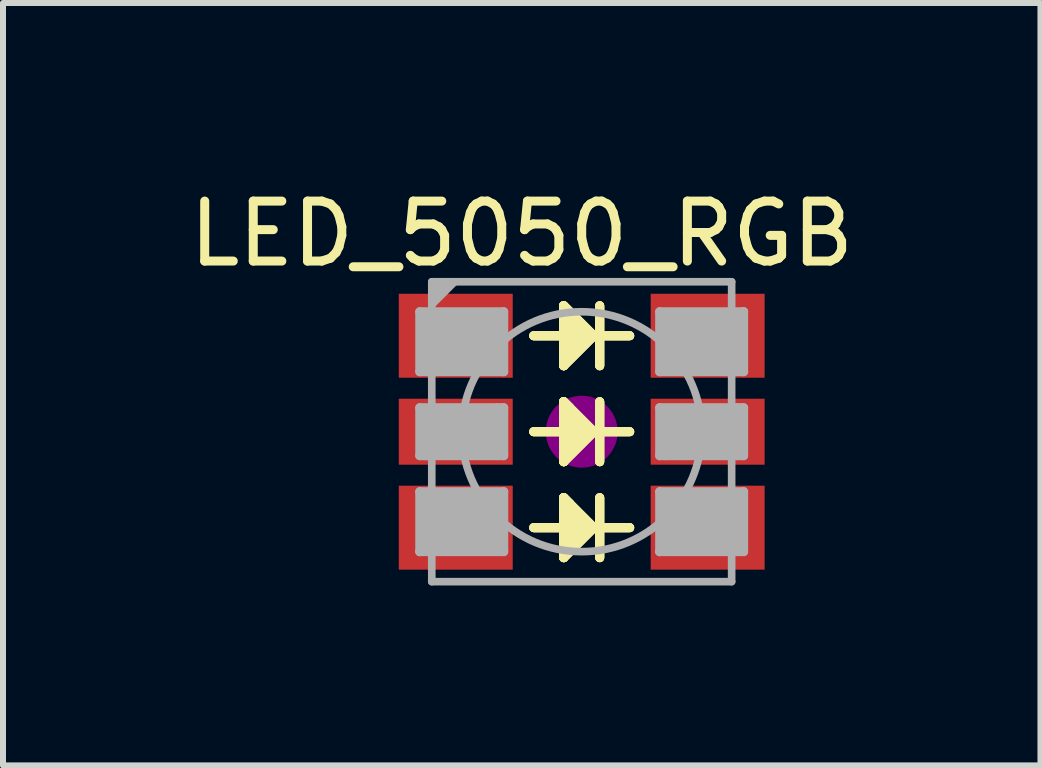
<source format=kicad_pcb>
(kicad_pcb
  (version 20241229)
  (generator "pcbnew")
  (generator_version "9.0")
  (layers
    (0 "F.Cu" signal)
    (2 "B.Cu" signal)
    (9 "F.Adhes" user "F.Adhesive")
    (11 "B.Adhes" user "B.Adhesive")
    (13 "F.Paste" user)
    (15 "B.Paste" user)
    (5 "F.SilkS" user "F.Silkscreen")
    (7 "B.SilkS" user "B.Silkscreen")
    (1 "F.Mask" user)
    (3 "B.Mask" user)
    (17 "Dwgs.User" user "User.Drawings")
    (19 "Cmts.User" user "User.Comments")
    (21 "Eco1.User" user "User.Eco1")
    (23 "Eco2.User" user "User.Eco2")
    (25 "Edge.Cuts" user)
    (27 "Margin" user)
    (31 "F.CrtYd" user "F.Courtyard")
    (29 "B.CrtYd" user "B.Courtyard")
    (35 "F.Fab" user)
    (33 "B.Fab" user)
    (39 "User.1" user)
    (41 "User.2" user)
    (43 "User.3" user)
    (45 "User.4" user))
  (footprint "LED_5050_RGB"
    (layer "F.Cu")
    (at 6.649 4.148)
    (property "Reference" "LED_5050_RGB" (at -1 -3.3 0) (layer "F.SilkS") (effects (font (size 1 1) (thickness 0.15))))
    (attr through_hole)
    (fp_line (start -0.8 -1.6) (end 0.8 -1.6) (stroke (width 0.15) (type solid)) (layer "F.SilkS"))
    (fp_line (start -0.8 -1.6) (end 0.8 -1.6) (stroke (width 0.15) (type solid)) (layer "F.SilkS"))
    (fp_line (start -0.8 -1.6) (end 0.8 -1.6) (stroke (width 0.15) (type solid)) (layer "F.SilkS"))
    (fp_line (start -0.8 -1.6) (end 0.8 -1.6) (stroke (width 0.15) (type solid)) (layer "F.SilkS"))
    (fp_line (start -0.8 0) (end 0.8 0) (stroke (width 0.15) (type solid)) (layer "F.SilkS"))
    (fp_line (start -0.8 0) (end 0.8 0) (stroke (width 0.15) (type solid)) (layer "F.SilkS"))
    (fp_line (start -0.8 0) (end 0.8 0) (stroke (width 0.15) (type solid)) (layer "F.SilkS"))
    (fp_line (start -0.8 0) (end 0.8 0) (stroke (width 0.15) (type solid)) (layer "F.SilkS"))
    (fp_line (start -0.8 1.6) (end 0.8 1.6) (stroke (width 0.15) (type solid)) (layer "F.SilkS"))
    (fp_line (start -0.8 1.6) (end 0.8 1.6) (stroke (width 0.15) (type solid)) (layer "F.SilkS"))
    (fp_line (start -0.8 1.6) (end 0.8 1.6) (stroke (width 0.15) (type solid)) (layer "F.SilkS"))
    (fp_line (start -0.8 1.6) (end 0.8 1.6) (stroke (width 0.15) (type solid)) (layer "F.SilkS"))
    (fp_line (start -0.3 -2.1) (end -0.2 -2) (stroke (width 0.15) (type solid)) (layer "F.SilkS"))
    (fp_line (start -0.3 -2.1) (end -0.2 -2) (stroke (width 0.15) (type solid)) (layer "F.SilkS"))
    (fp_line (start -0.3 -2.1) (end -0.2 -2) (stroke (width 0.15) (type solid)) (layer "F.SilkS"))
    (fp_line (start -0.3 -2.1) (end -0.2 -2) (stroke (width 0.15) (type solid)) (layer "F.SilkS"))
    (fp_line (start -0.3 -2.1) (end 0.2 -1.6) (stroke (width 0.15) (type solid)) (layer "F.SilkS"))
    (fp_line (start -0.3 -2.1) (end 0.2 -1.6) (stroke (width 0.15) (type solid)) (layer "F.SilkS"))
    (fp_line (start -0.3 -2.1) (end 0.2 -1.6) (stroke (width 0.15) (type solid)) (layer "F.SilkS"))
    (fp_line (start -0.3 -2.1) (end 0.2 -1.6) (stroke (width 0.15) (type solid)) (layer "F.SilkS"))
    (fp_line (start -0.3 -1.1) (end -0.3 -2.1) (stroke (width 0.15) (type solid)) (layer "F.SilkS"))
    (fp_line (start -0.3 -1.1) (end -0.3 -2.1) (stroke (width 0.15) (type solid)) (layer "F.SilkS"))
    (fp_line (start -0.3 -1.1) (end -0.3 -2.1) (stroke (width 0.15) (type solid)) (layer "F.SilkS"))
    (fp_line (start -0.3 -1.1) (end -0.3 -2.1) (stroke (width 0.15) (type solid)) (layer "F.SilkS"))
    (fp_line (start -0.3 -0.5) (end -0.2 -0.4) (stroke (width 0.15) (type solid)) (layer "F.SilkS"))
    (fp_line (start -0.3 -0.5) (end -0.2 -0.4) (stroke (width 0.15) (type solid)) (layer "F.SilkS"))
    (fp_line (start -0.3 -0.5) (end -0.2 -0.4) (stroke (width 0.15) (type solid)) (layer "F.SilkS"))
    (fp_line (start -0.3 -0.5) (end -0.2 -0.4) (stroke (width 0.15) (type solid)) (layer "F.SilkS"))
    (fp_line (start -0.3 -0.5) (end 0.2 0) (stroke (width 0.15) (type solid)) (layer "F.SilkS"))
    (fp_line (start -0.3 -0.5) (end 0.2 0) (stroke (width 0.15) (type solid)) (layer "F.SilkS"))
    (fp_line (start -0.3 -0.5) (end 0.2 0) (stroke (width 0.15) (type solid)) (layer "F.SilkS"))
    (fp_line (start -0.3 -0.5) (end 0.2 0) (stroke (width 0.15) (type solid)) (layer "F.SilkS"))
    (fp_line (start -0.3 0.5) (end -0.3 -0.5) (stroke (width 0.15) (type solid)) (layer "F.SilkS"))
    (fp_line (start -0.3 0.5) (end -0.3 -0.5) (stroke (width 0.15) (type solid)) (layer "F.SilkS"))
    (fp_line (start -0.3 0.5) (end -0.3 -0.5) (stroke (width 0.15) (type solid)) (layer "F.SilkS"))
    (fp_line (start -0.3 0.5) (end -0.3 -0.5) (stroke (width 0.15) (type solid)) (layer "F.SilkS"))
    (fp_line (start -0.3 1.1) (end -0.2 1.2) (stroke (width 0.15) (type solid)) (layer "F.SilkS"))
    (fp_line (start -0.3 1.1) (end -0.2 1.2) (stroke (width 0.15) (type solid)) (layer "F.SilkS"))
    (fp_line (start -0.3 1.1) (end -0.2 1.2) (stroke (width 0.15) (type solid)) (layer "F.SilkS"))
    (fp_line (start -0.3 1.1) (end -0.2 1.2) (stroke (width 0.15) (type solid)) (layer "F.SilkS"))
    (fp_line (start -0.3 1.1) (end 0.2 1.6) (stroke (width 0.15) (type solid)) (layer "F.SilkS"))
    (fp_line (start -0.3 1.1) (end 0.2 1.6) (stroke (width 0.15) (type solid)) (layer "F.SilkS"))
    (fp_line (start -0.3 1.1) (end 0.2 1.6) (stroke (width 0.15) (type solid)) (layer "F.SilkS"))
    (fp_line (start -0.3 1.1) (end 0.2 1.6) (stroke (width 0.15) (type solid)) (layer "F.SilkS"))
    (fp_line (start -0.3 2.1) (end -0.3 1.1) (stroke (width 0.15) (type solid)) (layer "F.SilkS"))
    (fp_line (start -0.3 2.1) (end -0.3 1.1) (stroke (width 0.15) (type solid)) (layer "F.SilkS"))
    (fp_line (start -0.3 2.1) (end -0.3 1.1) (stroke (width 0.15) (type solid)) (layer "F.SilkS"))
    (fp_line (start -0.3 2.1) (end -0.3 1.1) (stroke (width 0.15) (type solid)) (layer "F.SilkS"))
    (fp_line (start -0.2 -2) (end -0.2 -1.3) (stroke (width 0.15) (type solid)) (layer "F.SilkS"))
    (fp_line (start -0.2 -2) (end -0.2 -1.3) (stroke (width 0.15) (type solid)) (layer "F.SilkS"))
    (fp_line (start -0.2 -2) (end -0.2 -1.3) (stroke (width 0.15) (type solid)) (layer "F.SilkS"))
    (fp_line (start -0.2 -2) (end -0.2 -1.3) (stroke (width 0.15) (type solid)) (layer "F.SilkS"))
    (fp_line (start -0.2 -1.3) (end -0.1 -1.4) (stroke (width 0.15) (type solid)) (layer "F.SilkS"))
    (fp_line (start -0.2 -1.3) (end -0.1 -1.4) (stroke (width 0.15) (type solid)) (layer "F.SilkS"))
    (fp_line (start -0.2 -1.3) (end -0.1 -1.4) (stroke (width 0.15) (type solid)) (layer "F.SilkS"))
    (fp_line (start -0.2 -1.3) (end -0.1 -1.4) (stroke (width 0.15) (type solid)) (layer "F.SilkS"))
    (fp_line (start -0.2 -0.4) (end -0.2 0.3) (stroke (width 0.15) (type solid)) (layer "F.SilkS"))
    (fp_line (start -0.2 -0.4) (end -0.2 0.3) (stroke (width 0.15) (type solid)) (layer "F.SilkS"))
    (fp_line (start -0.2 -0.4) (end -0.2 0.3) (stroke (width 0.15) (type solid)) (layer "F.SilkS"))
    (fp_line (start -0.2 -0.4) (end -0.2 0.3) (stroke (width 0.15) (type solid)) (layer "F.SilkS"))
    (fp_line (start -0.2 0.3) (end -0.1 0.2) (stroke (width 0.15) (type solid)) (layer "F.SilkS"))
    (fp_line (start -0.2 0.3) (end -0.1 0.2) (stroke (width 0.15) (type solid)) (layer "F.SilkS"))
    (fp_line (start -0.2 0.3) (end -0.1 0.2) (stroke (width 0.15) (type solid)) (layer "F.SilkS"))
    (fp_line (start -0.2 0.3) (end -0.1 0.2) (stroke (width 0.15) (type solid)) (layer "F.SilkS"))
    (fp_line (start -0.2 1.2) (end -0.2 1.9) (stroke (width 0.15) (type solid)) (layer "F.SilkS"))
    (fp_line (start -0.2 1.2) (end -0.2 1.9) (stroke (width 0.15) (type solid)) (layer "F.SilkS"))
    (fp_line (start -0.2 1.2) (end -0.2 1.9) (stroke (width 0.15) (type solid)) (layer "F.SilkS"))
    (fp_line (start -0.2 1.2) (end -0.2 1.9) (stroke (width 0.15) (type solid)) (layer "F.SilkS"))
    (fp_line (start -0.2 1.9) (end -0.1 1.8) (stroke (width 0.15) (type solid)) (layer "F.SilkS"))
    (fp_line (start -0.2 1.9) (end -0.1 1.8) (stroke (width 0.15) (type solid)) (layer "F.SilkS"))
    (fp_line (start -0.2 1.9) (end -0.1 1.8) (stroke (width 0.15) (type solid)) (layer "F.SilkS"))
    (fp_line (start -0.2 1.9) (end -0.1 1.8) (stroke (width 0.15) (type solid)) (layer "F.SilkS"))
    (fp_line (start -0.1 -1.8) (end 0 -1.7) (stroke (width 0.15) (type solid)) (layer "F.SilkS"))
    (fp_line (start -0.1 -1.8) (end 0 -1.7) (stroke (width 0.15) (type solid)) (layer "F.SilkS"))
    (fp_line (start -0.1 -1.8) (end 0 -1.7) (stroke (width 0.15) (type solid)) (layer "F.SilkS"))
    (fp_line (start -0.1 -1.8) (end 0 -1.7) (stroke (width 0.15) (type solid)) (layer "F.SilkS"))
    (fp_line (start -0.1 -1.4) (end -0.1 -1.8) (stroke (width 0.15) (type solid)) (layer "F.SilkS"))
    (fp_line (start -0.1 -1.4) (end -0.1 -1.8) (stroke (width 0.15) (type solid)) (layer "F.SilkS"))
    (fp_line (start -0.1 -1.4) (end -0.1 -1.8) (stroke (width 0.15) (type solid)) (layer "F.SilkS"))
    (fp_line (start -0.1 -1.4) (end -0.1 -1.8) (stroke (width 0.15) (type solid)) (layer "F.SilkS"))
    (fp_line (start -0.1 -0.2) (end 0 -0.1) (stroke (width 0.15) (type solid)) (layer "F.SilkS"))
    (fp_line (start -0.1 -0.2) (end 0 -0.1) (stroke (width 0.15) (type solid)) (layer "F.SilkS"))
    (fp_line (start -0.1 -0.2) (end 0 -0.1) (stroke (width 0.15) (type solid)) (layer "F.SilkS"))
    (fp_line (start -0.1 -0.2) (end 0 -0.1) (stroke (width 0.15) (type solid)) (layer "F.SilkS"))
    (fp_line (start -0.1 0.2) (end -0.1 -0.2) (stroke (width 0.15) (type solid)) (layer "F.SilkS"))
    (fp_line (start -0.1 0.2) (end -0.1 -0.2) (stroke (width 0.15) (type solid)) (layer "F.SilkS"))
    (fp_line (start -0.1 0.2) (end -0.1 -0.2) (stroke (width 0.15) (type solid)) (layer "F.SilkS"))
    (fp_line (start -0.1 0.2) (end -0.1 -0.2) (stroke (width 0.15) (type solid)) (layer "F.SilkS"))
    (fp_line (start -0.1 1.4) (end 0 1.5) (stroke (width 0.15) (type solid)) (layer "F.SilkS"))
    (fp_line (start -0.1 1.4) (end 0 1.5) (stroke (width 0.15) (type solid)) (layer "F.SilkS"))
    (fp_line (start -0.1 1.4) (end 0 1.5) (stroke (width 0.15) (type solid)) (layer "F.SilkS"))
    (fp_line (start -0.1 1.4) (end 0 1.5) (stroke (width 0.15) (type solid)) (layer "F.SilkS"))
    (fp_line (start -0.1 1.8) (end -0.1 1.4) (stroke (width 0.15) (type solid)) (layer "F.SilkS"))
    (fp_line (start -0.1 1.8) (end -0.1 1.4) (stroke (width 0.15) (type solid)) (layer "F.SilkS"))
    (fp_line (start -0.1 1.8) (end -0.1 1.4) (stroke (width 0.15) (type solid)) (layer "F.SilkS"))
    (fp_line (start -0.1 1.8) (end -0.1 1.4) (stroke (width 0.15) (type solid)) (layer "F.SilkS"))
    (fp_line (start 0 -1.7) (end 0 -1.5) (stroke (width 0.15) (type solid)) (layer "F.SilkS"))
    (fp_line (start 0 -1.7) (end 0 -1.5) (stroke (width 0.15) (type solid)) (layer "F.SilkS"))
    (fp_line (start 0 -1.7) (end 0 -1.5) (stroke (width 0.15) (type solid)) (layer "F.SilkS"))
    (fp_line (start 0 -1.7) (end 0 -1.5) (stroke (width 0.15) (type solid)) (layer "F.SilkS"))
    (fp_line (start 0 -0.1) (end 0 0.1) (stroke (width 0.15) (type solid)) (layer "F.SilkS"))
    (fp_line (start 0 -0.1) (end 0 0.1) (stroke (width 0.15) (type solid)) (layer "F.SilkS"))
    (fp_line (start 0 -0.1) (end 0 0.1) (stroke (width 0.15) (type solid)) (layer "F.SilkS"))
    (fp_line (start 0 -0.1) (end 0 0.1) (stroke (width 0.15) (type solid)) (layer "F.SilkS"))
    (fp_line (start 0 1.5) (end 0 1.7) (stroke (width 0.15) (type solid)) (layer "F.SilkS"))
    (fp_line (start 0 1.5) (end 0 1.7) (stroke (width 0.15) (type solid)) (layer "F.SilkS"))
    (fp_line (start 0 1.5) (end 0 1.7) (stroke (width 0.15) (type solid)) (layer "F.SilkS"))
    (fp_line (start 0 1.5) (end 0 1.7) (stroke (width 0.15) (type solid)) (layer "F.SilkS"))
    (fp_line (start 0.2 -1.6) (end -0.3 -1.1) (stroke (width 0.15) (type solid)) (layer "F.SilkS"))
    (fp_line (start 0.2 -1.6) (end -0.3 -1.1) (stroke (width 0.15) (type solid)) (layer "F.SilkS"))
    (fp_line (start 0.2 -1.6) (end -0.3 -1.1) (stroke (width 0.15) (type solid)) (layer "F.SilkS"))
    (fp_line (start 0.2 -1.6) (end -0.3 -1.1) (stroke (width 0.15) (type solid)) (layer "F.SilkS"))
    (fp_line (start 0.2 0) (end -0.3 0.5) (stroke (width 0.15) (type solid)) (layer "F.SilkS"))
    (fp_line (start 0.2 0) (end -0.3 0.5) (stroke (width 0.15) (type solid)) (layer "F.SilkS"))
    (fp_line (start 0.2 0) (end -0.3 0.5) (stroke (width 0.15) (type solid)) (layer "F.SilkS"))
    (fp_line (start 0.2 0) (end -0.3 0.5) (stroke (width 0.15) (type solid)) (layer "F.SilkS"))
    (fp_line (start 0.2 1.6) (end -0.3 2.1) (stroke (width 0.15) (type solid)) (layer "F.SilkS"))
    (fp_line (start 0.2 1.6) (end -0.3 2.1) (stroke (width 0.15) (type solid)) (layer "F.SilkS"))
    (fp_line (start 0.2 1.6) (end -0.3 2.1) (stroke (width 0.15) (type solid)) (layer "F.SilkS"))
    (fp_line (start 0.2 1.6) (end -0.3 2.1) (stroke (width 0.15) (type solid)) (layer "F.SilkS"))
    (fp_line (start 0.3 -2.1) (end 0.3 -1.1) (stroke (width 0.15) (type solid)) (layer "F.SilkS"))
    (fp_line (start 0.3 -2.1) (end 0.3 -1.1) (stroke (width 0.15) (type solid)) (layer "F.SilkS"))
    (fp_line (start 0.3 -2.1) (end 0.3 -1.1) (stroke (width 0.15) (type solid)) (layer "F.SilkS"))
    (fp_line (start 0.3 -2.1) (end 0.3 -1.1) (stroke (width 0.15) (type solid)) (layer "F.SilkS"))
    (fp_line (start 0.3 -0.5) (end 0.3 0.5) (stroke (width 0.15) (type solid)) (layer "F.SilkS"))
    (fp_line (start 0.3 -0.5) (end 0.3 0.5) (stroke (width 0.15) (type solid)) (layer "F.SilkS"))
    (fp_line (start 0.3 -0.5) (end 0.3 0.5) (stroke (width 0.15) (type solid)) (layer "F.SilkS"))
    (fp_line (start 0.3 -0.5) (end 0.3 0.5) (stroke (width 0.15) (type solid)) (layer "F.SilkS"))
    (fp_line (start 0.3 1.1) (end 0.3 2.1) (stroke (width 0.15) (type solid)) (layer "F.SilkS"))
    (fp_line (start 0.3 1.1) (end 0.3 2.1) (stroke (width 0.15) (type solid)) (layer "F.SilkS"))
    (fp_line (start 0.3 1.1) (end 0.3 2.1) (stroke (width 0.15) (type solid)) (layer "F.SilkS"))
    (fp_line (start 0.3 1.1) (end 0.3 2.1) (stroke (width 0.15) (type solid)) (layer "F.SilkS"))
    (fp_circle (center 0 0) (end 0.3 0) (stroke (width 0.6) (type solid)) (fill no) (layer "F.Adhes"))
    (fp_line (start -2.7 -2) (end -1.3 -2) (stroke (width 0.15) (type solid)) (layer "F.Fab"))
    (fp_line (start -2.7 -1) (end -2.7 -2) (stroke (width 0.15) (type solid)) (layer "F.Fab"))
    (fp_line (start -2.7 -0.4) (end -1.3 -0.4) (stroke (width 0.15) (type solid)) (layer "F.Fab"))
    (fp_line (start -2.7 0.4) (end -2.7 -0.4) (stroke (width 0.15) (type solid)) (layer "F.Fab"))
    (fp_line (start -2.7 1) (end -1.3 1) (stroke (width 0.15) (type solid)) (layer "F.Fab"))
    (fp_line (start -2.7 2) (end -2.7 1) (stroke (width 0.15) (type solid)) (layer "F.Fab"))
    (fp_line (start -2.7 2) (end -2.6 1.9) (stroke (width 0.15) (type solid)) (layer "F.Fab"))
    (fp_line (start -2.6 -1.9) (end -1.4 -1.9) (stroke (width 0.15) (type solid)) (layer "F.Fab"))
    (fp_line (start -2.6 -1.1) (end -2.6 -1.9) (stroke (width 0.15) (type solid)) (layer "F.Fab"))
    (fp_line (start -2.6 -0.3) (end -1.5 -0.3) (stroke (width 0.15) (type solid)) (layer "F.Fab"))
    (fp_line (start -2.6 0.4) (end -2.6 -0.3) (stroke (width 0.15) (type solid)) (layer "F.Fab"))
    (fp_line (start -2.6 1.1) (end -1.4 1.1) (stroke (width 0.15) (type solid)) (layer "F.Fab"))
    (fp_line (start -2.6 1.9) (end -2.6 1.1) (stroke (width 0.15) (type solid)) (layer "F.Fab"))
    (fp_line (start -2.5 -2.5) (end 2.5 -2.5) (stroke (width 0.127) (type solid)) (layer "F.Fab"))
    (fp_line (start -2.5 -2.4) (end -2.4 -2.5) (stroke (width 0.1) (type solid)) (layer "F.Fab"))
    (fp_line (start -2.5 -2.3) (end -2.5 -2.2) (stroke (width 0.1) (type solid)) (layer "F.Fab"))
    (fp_line (start -2.5 -2.2) (end -2.2 -2.5) (stroke (width 0.1) (type solid)) (layer "F.Fab"))
    (fp_line (start -2.5 2.5) (end -2.5 -2.5) (stroke (width 0.127) (type solid)) (layer "F.Fab"))
    (fp_line (start -2.4 -2.5) (end -2.3 -2.5) (stroke (width 0.1) (type solid)) (layer "F.Fab"))
    (fp_line (start -2.4 -1.8) (end -1.5 -1.8) (stroke (width 0.15) (type solid)) (layer "F.Fab"))
    (fp_line (start -2.4 -1.2) (end -2.4 -1.8) (stroke (width 0.15) (type solid)) (layer "F.Fab"))
    (fp_line (start -2.4 -0.2) (end -1.6 -0.2) (stroke (width 0.15) (type solid)) (layer "F.Fab"))
    (fp_line (start -2.4 0.3) (end -2.4 -0.2) (stroke (width 0.15) (type solid)) (layer "F.Fab"))
    (fp_line (start -2.4 1.2) (end -1.5 1.2) (stroke (width 0.15) (type solid)) (layer "F.Fab"))
    (fp_line (start -2.4 1.9) (end -2.4 1.2) (stroke (width 0.15) (type solid)) (layer "F.Fab"))
    (fp_line (start -2.3 -2.5) (end -2.5 -2.3) (stroke (width 0.1) (type solid)) (layer "F.Fab"))
    (fp_line (start -2.3 -1.7) (end -1.6 -1.7) (stroke (width 0.15) (type solid)) (layer "F.Fab"))
    (fp_line (start -2.3 -1.6) (end -1.7 -1.6) (stroke (width 0.15) (type solid)) (layer "F.Fab"))
    (fp_line (start -2.3 -1.3) (end -2.3 -1.6) (stroke (width 0.15) (type solid)) (layer "F.Fab"))
    (fp_line (start -2.3 -0.1) (end -1.7 -0.1) (stroke (width 0.15) (type solid)) (layer "F.Fab"))
    (fp_line (start -2.3 0.2) (end -2.3 -0.1) (stroke (width 0.15) (type solid)) (layer "F.Fab"))
    (fp_line (start -2.3 1.3) (end -1.6 1.3) (stroke (width 0.15) (type solid)) (layer "F.Fab"))
    (fp_line (start -2.3 1.8) (end -2.3 1.3) (stroke (width 0.15) (type solid)) (layer "F.Fab"))
    (fp_line (start -2.2 -2.5) (end -2.1 -2.5) (stroke (width 0.1) (type solid)) (layer "F.Fab"))
    (fp_line (start -2.2 -1.5) (end -1.8 -1.5) (stroke (width 0.15) (type solid)) (layer "F.Fab"))
    (fp_line (start -2.2 -1.4) (end -2.2 -1.5) (stroke (width 0.15) (type solid)) (layer "F.Fab"))
    (fp_line (start -2.2 0) (end -1.8 0) (stroke (width 0.15) (type solid)) (layer "F.Fab"))
    (fp_line (start -2.2 0.1) (end -2.2 0) (stroke (width 0.15) (type solid)) (layer "F.Fab"))
    (fp_line (start -2.2 1.4) (end -1.7 1.4) (stroke (width 0.15) (type solid)) (layer "F.Fab"))
    (fp_line (start -2.2 1.7) (end -2.2 1.4) (stroke (width 0.15) (type solid)) (layer "F.Fab"))
    (fp_line (start -2.1 -2.5) (end -2.5 -2.1) (stroke (width 0.1) (type solid)) (layer "F.Fab"))
    (fp_line (start -2.1 1.5) (end -1.8 1.5) (stroke (width 0.15) (type solid)) (layer "F.Fab"))
    (fp_line (start -2.1 1.6) (end -2.1 1.5) (stroke (width 0.15) (type solid)) (layer "F.Fab"))
    (fp_line (start -1.7 -1.6) (end -1.7 -1.4) (stroke (width 0.15) (type solid)) (layer "F.Fab"))
    (fp_line (start -1.7 -1.4) (end -2.2 -1.4) (stroke (width 0.15) (type solid)) (layer "F.Fab"))
    (fp_line (start -1.7 -0.1) (end -1.7 0.1) (stroke (width 0.15) (type solid)) (layer "F.Fab"))
    (fp_line (start -1.7 0.1) (end -2.2 0.1) (stroke (width 0.15) (type solid)) (layer "F.Fab"))
    (fp_line (start -1.7 1.4) (end -1.7 1.6) (stroke (width 0.15) (type solid)) (layer "F.Fab"))
    (fp_line (start -1.7 1.6) (end -2.1 1.6) (stroke (width 0.15) (type solid)) (layer "F.Fab"))
    (fp_line (start -1.6 -1.7) (end -1.6 -1.3) (stroke (width 0.15) (type solid)) (layer "F.Fab"))
    (fp_line (start -1.6 -1.3) (end -2.3 -1.3) (stroke (width 0.15) (type solid)) (layer "F.Fab"))
    (fp_line (start -1.6 -0.2) (end -1.6 0.2) (stroke (width 0.15) (type solid)) (layer "F.Fab"))
    (fp_line (start -1.6 0.2) (end -2.3 0.2) (stroke (width 0.15) (type solid)) (layer "F.Fab"))
    (fp_line (start -1.6 1.3) (end -1.6 1.7) (stroke (width 0.15) (type solid)) (layer "F.Fab"))
    (fp_line (start -1.6 1.7) (end -2.2 1.7) (stroke (width 0.15) (type solid)) (layer "F.Fab"))
    (fp_line (start -1.5 -1.8) (end -1.5 -1.2) (stroke (width 0.15) (type solid)) (layer "F.Fab"))
    (fp_line (start -1.5 -1.2) (end -2.4 -1.2) (stroke (width 0.15) (type solid)) (layer "F.Fab"))
    (fp_line (start -1.5 -0.3) (end -1.5 0.3) (stroke (width 0.15) (type solid)) (layer "F.Fab"))
    (fp_line (start -1.5 0.3) (end -2.4 0.3) (stroke (width 0.15) (type solid)) (layer "F.Fab"))
    (fp_line (start -1.5 1.2) (end -1.5 1.8) (stroke (width 0.15) (type solid)) (layer "F.Fab"))
    (fp_line (start -1.5 1.8) (end -2.3 1.8) (stroke (width 0.15) (type solid)) (layer "F.Fab"))
    (fp_line (start -1.4 -1.9) (end -1.4 -1.1) (stroke (width 0.15) (type solid)) (layer "F.Fab"))
    (fp_line (start -1.4 -1.1) (end -2.6 -1.1) (stroke (width 0.15) (type solid)) (layer "F.Fab"))
    (fp_line (start -1.4 -0.4) (end -1.4 0.4) (stroke (width 0.15) (type solid)) (layer "F.Fab"))
    (fp_line (start -1.4 1.1) (end -1.4 1.9) (stroke (width 0.15) (type solid)) (layer "F.Fab"))
    (fp_line (start -1.4 1.9) (end -2.4 1.9) (stroke (width 0.15) (type solid)) (layer "F.Fab"))
    (fp_line (start -1.3 -2) (end -1.3 -1) (stroke (width 0.15) (type solid)) (layer "F.Fab"))
    (fp_line (start -1.3 -1) (end -2.7 -1) (stroke (width 0.15) (type solid)) (layer "F.Fab"))
    (fp_line (start -1.3 -0.4) (end -1.3 0.4) (stroke (width 0.15) (type solid)) (layer "F.Fab"))
    (fp_line (start -1.3 0.4) (end -2.7 0.4) (stroke (width 0.15) (type solid)) (layer "F.Fab"))
    (fp_line (start -1.3 1) (end -1.3 2) (stroke (width 0.15) (type solid)) (layer "F.Fab"))
    (fp_line (start -1.3 2) (end -2.7 2) (stroke (width 0.15) (type solid)) (layer "F.Fab"))
    (fp_line (start 1.3 -2) (end 1.3 -1) (stroke (width 0.15) (type solid)) (layer "F.Fab"))
    (fp_line (start 1.3 -1) (end 2.7 -1) (stroke (width 0.15) (type solid)) (layer "F.Fab"))
    (fp_line (start 1.3 -0.4) (end 2.7 -0.4) (stroke (width 0.15) (type solid)) (layer "F.Fab"))
    (fp_line (start 1.3 0.4) (end 1.3 -0.4) (stroke (width 0.15) (type solid)) (layer "F.Fab"))
    (fp_line (start 1.3 1) (end 2.7 1) (stroke (width 0.15) (type solid)) (layer "F.Fab"))
    (fp_line (start 1.3 2) (end 1.3 1) (stroke (width 0.15) (type solid)) (layer "F.Fab"))
    (fp_line (start 1.3 2) (end 1.4 1.9) (stroke (width 0.15) (type solid)) (layer "F.Fab"))
    (fp_line (start 1.4 -1.9) (end 1.4 -1.1) (stroke (width 0.15) (type solid)) (layer "F.Fab"))
    (fp_line (start 1.4 -1.1) (end 2.6 -1.1) (stroke (width 0.15) (type solid)) (layer "F.Fab"))
    (fp_line (start 1.4 -0.3) (end 2.4 -0.3) (stroke (width 0.15) (type solid)) (layer "F.Fab"))
    (fp_line (start 1.4 0.4) (end 1.4 -0.3) (stroke (width 0.15) (type solid)) (layer "F.Fab"))
    (fp_line (start 1.4 1.1) (end 2.6 1.1) (stroke (width 0.15) (type solid)) (layer "F.Fab"))
    (fp_line (start 1.4 1.9) (end 1.4 1.1) (stroke (width 0.15) (type solid)) (layer "F.Fab"))
    (fp_line (start 1.5 -1.8) (end 1.5 -1.2) (stroke (width 0.15) (type solid)) (layer "F.Fab"))
    (fp_line (start 1.5 -1.2) (end 2.4 -1.2) (stroke (width 0.15) (type solid)) (layer "F.Fab"))
    (fp_line (start 1.5 -0.2) (end 2.3 -0.2) (stroke (width 0.15) (type solid)) (layer "F.Fab"))
    (fp_line (start 1.5 0.3) (end 1.5 -0.2) (stroke (width 0.15) (type solid)) (layer "F.Fab"))
    (fp_line (start 1.5 1.2) (end 2.4 1.2) (stroke (width 0.15) (type solid)) (layer "F.Fab"))
    (fp_line (start 1.5 1.9) (end 1.5 1.2) (stroke (width 0.15) (type solid)) (layer "F.Fab"))
    (fp_line (start 1.6 -1.7) (end 1.6 -1.3) (stroke (width 0.15) (type solid)) (layer "F.Fab"))
    (fp_line (start 1.6 -1.3) (end 2.3 -1.3) (stroke (width 0.15) (type solid)) (layer "F.Fab"))
    (fp_line (start 1.6 -0.1) (end 2.2 -0.1) (stroke (width 0.15) (type solid)) (layer "F.Fab"))
    (fp_line (start 1.6 0.2) (end 1.6 -0.1) (stroke (width 0.15) (type solid)) (layer "F.Fab"))
    (fp_line (start 1.6 1.3) (end 2.3 1.3) (stroke (width 0.15) (type solid)) (layer "F.Fab"))
    (fp_line (start 1.6 1.8) (end 1.6 1.3) (stroke (width 0.15) (type solid)) (layer "F.Fab"))
    (fp_line (start 1.7 -1.6) (end 1.7 -1.4) (stroke (width 0.15) (type solid)) (layer "F.Fab"))
    (fp_line (start 1.7 -1.4) (end 2.2 -1.4) (stroke (width 0.15) (type solid)) (layer "F.Fab"))
    (fp_line (start 1.7 0) (end 2.1 0) (stroke (width 0.15) (type solid)) (layer "F.Fab"))
    (fp_line (start 1.7 0.1) (end 1.7 0) (stroke (width 0.15) (type solid)) (layer "F.Fab"))
    (fp_line (start 1.7 1.4) (end 2.2 1.4) (stroke (width 0.15) (type solid)) (layer "F.Fab"))
    (fp_line (start 1.7 1.7) (end 1.7 1.4) (stroke (width 0.15) (type solid)) (layer "F.Fab"))
    (fp_line (start 1.8 1.5) (end 2.1 1.5) (stroke (width 0.15) (type solid)) (layer "F.Fab"))
    (fp_line (start 1.8 1.6) (end 1.8 1.5) (stroke (width 0.15) (type solid)) (layer "F.Fab"))
    (fp_line (start 2.2 -1.5) (end 1.8 -1.5) (stroke (width 0.15) (type solid)) (layer "F.Fab"))
    (fp_line (start 2.2 -1.4) (end 2.2 -1.5) (stroke (width 0.15) (type solid)) (layer "F.Fab"))
    (fp_line (start 2.2 -0.1) (end 2.2 0.1) (stroke (width 0.15) (type solid)) (layer "F.Fab"))
    (fp_line (start 2.2 0.1) (end 1.7 0.1) (stroke (width 0.15) (type solid)) (layer "F.Fab"))
    (fp_line (start 2.2 1.4) (end 2.2 1.6) (stroke (width 0.15) (type solid)) (layer "F.Fab"))
    (fp_line (start 2.2 1.6) (end 1.8 1.6) (stroke (width 0.15) (type solid)) (layer "F.Fab"))
    (fp_line (start 2.3 -1.6) (end 1.7 -1.6) (stroke (width 0.15) (type solid)) (layer "F.Fab"))
    (fp_line (start 2.3 -1.3) (end 2.3 -1.6) (stroke (width 0.15) (type solid)) (layer "F.Fab"))
    (fp_line (start 2.3 -0.2) (end 2.3 0.2) (stroke (width 0.15) (type solid)) (layer "F.Fab"))
    (fp_line (start 2.3 0.2) (end 1.6 0.2) (stroke (width 0.15) (type solid)) (layer "F.Fab"))
    (fp_line (start 2.3 1.3) (end 2.3 1.7) (stroke (width 0.15) (type solid)) (layer "F.Fab"))
    (fp_line (start 2.3 1.7) (end 1.7 1.7) (stroke (width 0.15) (type solid)) (layer "F.Fab"))
    (fp_line (start 2.4 -1.7) (end 1.6 -1.7) (stroke (width 0.15) (type solid)) (layer "F.Fab"))
    (fp_line (start 2.4 -1.2) (end 2.4 -1.7) (stroke (width 0.15) (type solid)) (layer "F.Fab"))
    (fp_line (start 2.4 -0.3) (end 2.4 0.3) (stroke (width 0.15) (type solid)) (layer "F.Fab"))
    (fp_line (start 2.4 0.3) (end 1.5 0.3) (stroke (width 0.15) (type solid)) (layer "F.Fab"))
    (fp_line (start 2.4 1.2) (end 2.4 1.8) (stroke (width 0.15) (type solid)) (layer "F.Fab"))
    (fp_line (start 2.4 1.8) (end 1.6 1.8) (stroke (width 0.15) (type solid)) (layer "F.Fab"))
    (fp_line (start 2.5 -2.5) (end 2.5 2.5) (stroke (width 0.127) (type solid)) (layer "F.Fab"))
    (fp_line (start 2.5 2.5) (end -2.5 2.5) (stroke (width 0.127) (type solid)) (layer "F.Fab"))
    (fp_line (start 2.6 -1.9) (end 1.4 -1.9) (stroke (width 0.15) (type solid)) (layer "F.Fab"))
    (fp_line (start 2.6 -1.8) (end 1.5 -1.8) (stroke (width 0.15) (type solid)) (layer "F.Fab"))
    (fp_line (start 2.6 -1.1) (end 2.6 -1.8) (stroke (width 0.15) (type solid)) (layer "F.Fab"))
    (fp_line (start 2.6 -0.4) (end 2.6 0.4) (stroke (width 0.15) (type solid)) (layer "F.Fab"))
    (fp_line (start 2.6 1.1) (end 2.6 1.9) (stroke (width 0.15) (type solid)) (layer "F.Fab"))
    (fp_line (start 2.6 1.9) (end 1.5 1.9) (stroke (width 0.15) (type solid)) (layer "F.Fab"))
    (fp_line (start 2.7 -2) (end 1.3 -2) (stroke (width 0.15) (type solid)) (layer "F.Fab"))
    (fp_line (start 2.7 -2) (end 2.6 -1.9) (stroke (width 0.15) (type solid)) (layer "F.Fab"))
    (fp_line (start 2.7 -1) (end 2.7 -2) (stroke (width 0.15) (type solid)) (layer "F.Fab"))
    (fp_line (start 2.7 -0.4) (end 2.7 0.4) (stroke (width 0.15) (type solid)) (layer "F.Fab"))
    (fp_line (start 2.7 0.4) (end 1.3 0.4) (stroke (width 0.15) (type solid)) (layer "F.Fab"))
    (fp_line (start 2.7 1) (end 2.7 2) (stroke (width 0.15) (type solid)) (layer "F.Fab"))
    (fp_line (start 2.7 2) (end 1.3 2) (stroke (width 0.15) (type solid)) (layer "F.Fab"))
    (fp_circle (center 0 0) (end 0 -2) (stroke (width 0.127) (type solid)) (fill no) (layer "F.Fab"))
    (pad "1" smd rect (at -2.1 -1.6) (size 1.9 1.4) (layers "F.Cu" "F.Mask" "F.Paste"))
    (pad "2" smd rect (at -2.1 0) (size 1.9 1.1) (layers "F.Cu" "F.Mask" "F.Paste"))
    (pad "3" smd rect (at -2.1 1.6) (size 1.9 1.4) (layers "F.Cu" "F.Mask" "F.Paste"))
    (pad "4" smd rect (at 2.1 1.6) (size 1.9 1.4) (layers "F.Cu" "F.Mask" "F.Paste"))
    (pad "5" smd rect (at 2.1 0) (size 1.9 1.1) (layers "F.Cu" "F.Mask" "F.Paste"))
    (pad "6" smd rect (at 2.1 -1.6) (size 1.9 1.4) (layers "F.Cu" "F.Mask" "F.Paste")))
  (gr_rect
    (start -3 -3)
    (end 14.298 9.712)
    (stroke (width 0.1) (type default))
    (fill no)
    (layer "Edge.Cuts")))
</source>
